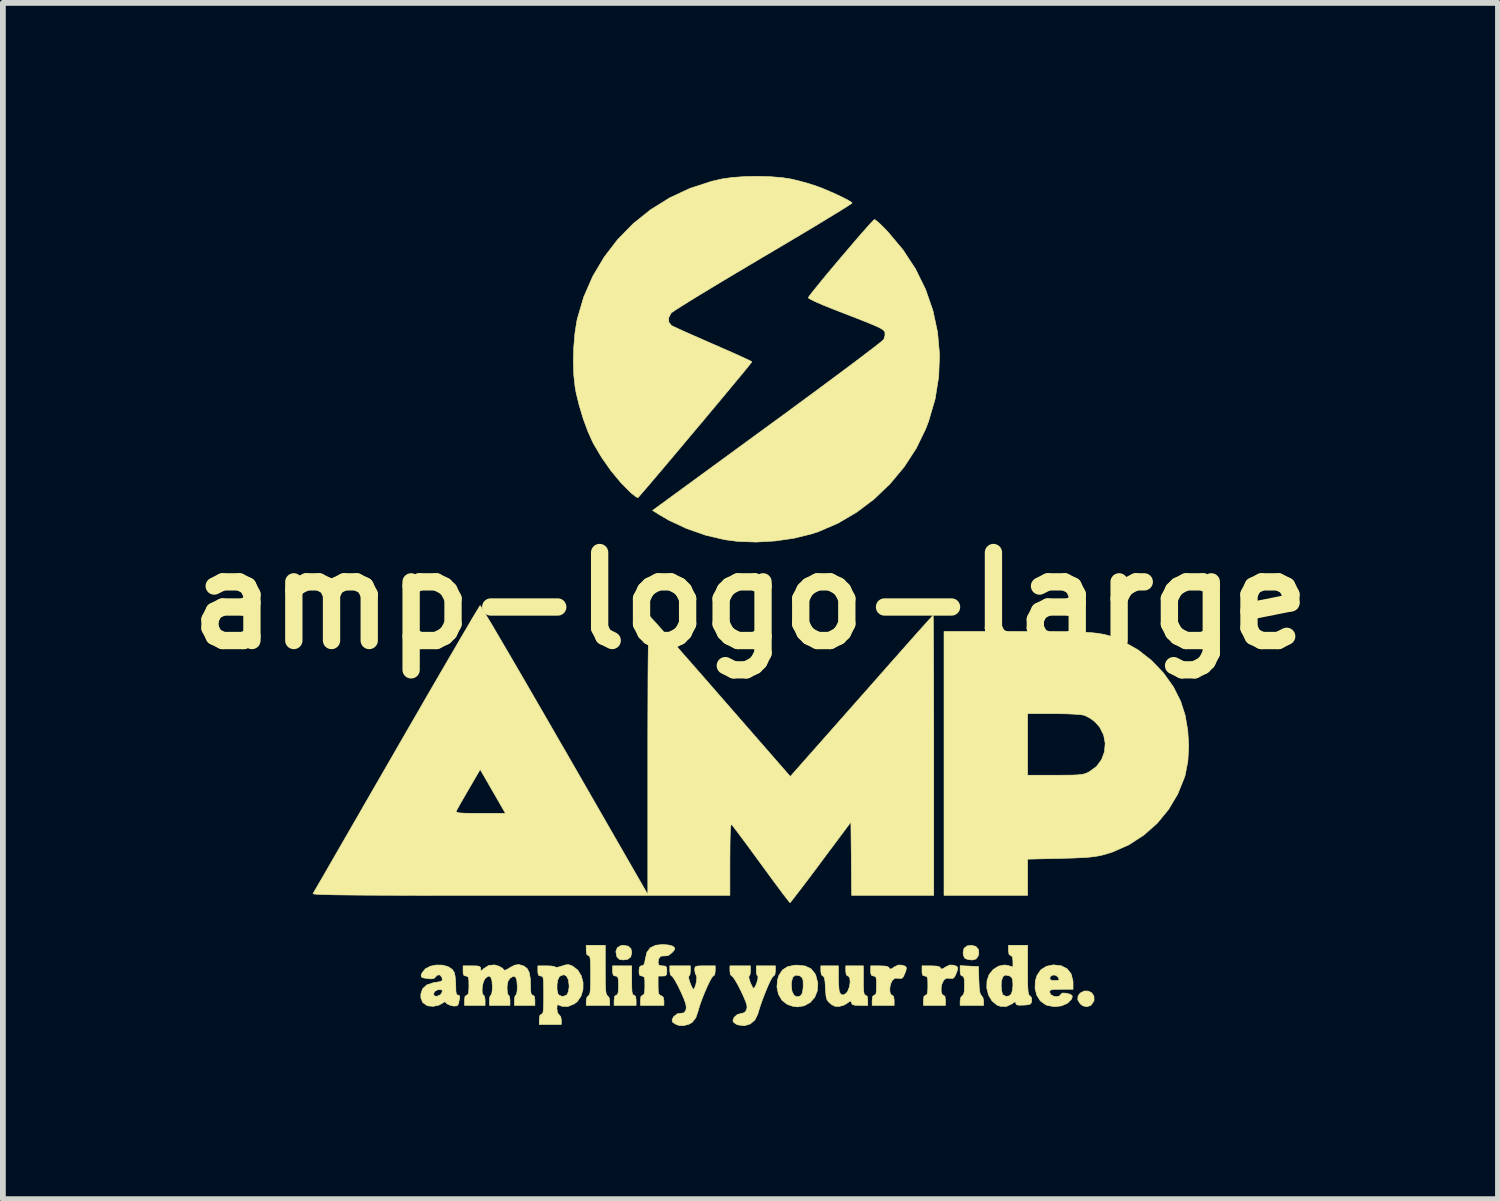
<source format=kicad_pcb>
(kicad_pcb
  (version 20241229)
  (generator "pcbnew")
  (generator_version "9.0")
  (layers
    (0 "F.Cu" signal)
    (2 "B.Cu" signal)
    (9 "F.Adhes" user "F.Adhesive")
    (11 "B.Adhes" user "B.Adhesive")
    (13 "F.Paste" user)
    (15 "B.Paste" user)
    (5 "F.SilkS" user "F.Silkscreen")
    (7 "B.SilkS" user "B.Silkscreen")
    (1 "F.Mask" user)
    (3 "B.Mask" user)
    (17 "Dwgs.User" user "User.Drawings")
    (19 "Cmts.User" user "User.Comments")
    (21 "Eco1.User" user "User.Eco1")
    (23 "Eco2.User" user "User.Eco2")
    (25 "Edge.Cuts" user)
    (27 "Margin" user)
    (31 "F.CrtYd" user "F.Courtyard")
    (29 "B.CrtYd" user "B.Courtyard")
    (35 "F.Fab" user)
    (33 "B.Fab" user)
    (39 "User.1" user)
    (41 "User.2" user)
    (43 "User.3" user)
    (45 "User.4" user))
  (footprint "amp-logo-large"
    (layer "F.Cu")
    (at 9.95 7.356)
    (property "Reference" "amp-logo-large" (at 0 0 0) (layer "F.SilkS") (effects (font (size 1.524 1.524) (thickness 0.3))))
    (attr through_hole)
    (fp_poly (pts (xy -2.117 5.984) (xy -2.07 6.029) (xy -2.057 6.096) (xy -2.074 6.171) (xy -2.126 6.212) (xy -2.203 6.223) (xy -2.27 6.213) (xy -2.309 6.174) (xy -2.316 6.16) (xy -2.332 6.078) (xy -2.307 6.012) (xy -2.245 5.974) (xy -2.203 5.969) (xy -2.117 5.984)) (stroke (width 0.01) (type solid)) (fill yes) (layer "F.SilkS"))
    (fp_poly (pts (xy 5.852 6.762) (xy 5.913 6.794) (xy 5.95 6.85) (xy 5.952 6.923) (xy 5.946 6.94) (xy 5.899 7.008) (xy 5.831 7.034) (xy 5.757 7.017) (xy 5.715 6.985) (xy 5.67 6.915) (xy 5.675 6.846) (xy 5.711 6.798) (xy 5.781 6.761) (xy 5.852 6.762)) (stroke (width 0.01) (type solid)) (fill yes) (layer "F.SilkS"))
    (fp_poly (pts (xy 3.905 5.989) (xy 3.95 6.042) (xy 3.956 6.117) (xy 3.942 6.16) (xy 3.906 6.206) (xy 3.848 6.223) (xy 3.828 6.223) (xy 3.761 6.214) (xy 3.714 6.193) (xy 3.713 6.193) (xy 3.69 6.145) (xy 3.683 6.096) (xy 3.7 6.021) (xy 3.752 5.98) (xy 3.828 5.969) (xy 3.905 5.989)) (stroke (width 0.01) (type solid)) (fill yes) (layer "F.SilkS"))
    (fp_poly (pts (xy 3.791 6.33) (xy 3.95 6.337) (xy 3.957 6.578) (xy 3.963 6.702) (xy 3.973 6.782) (xy 3.989 6.827) (xy 4.002 6.84) (xy 4.028 6.878) (xy 4.039 6.935) (xy 4.039 7.01) (xy 3.632 7.01) (xy 3.632 6.933) (xy 3.644 6.871) (xy 3.67 6.842) (xy 3.693 6.818) (xy 3.705 6.762) (xy 3.708 6.665) (xy 3.708 6.665) (xy 3.706 6.573) (xy 3.696 6.522) (xy 3.678 6.503) (xy 3.67 6.502) (xy 3.642 6.483) (xy 3.632 6.422) (xy 3.632 6.412) (xy 3.632 6.322) (xy 3.791 6.33)) (stroke (width 0.01) (type solid)) (fill yes) (layer "F.SilkS"))
    (fp_poly (pts (xy -2.057 6.579) (xy -2.056 6.697) (xy -2.052 6.773) (xy -2.042 6.815) (xy -2.027 6.831) (xy -2.019 6.833) (xy -1.991 6.852) (xy -1.981 6.913) (xy -1.981 6.921) (xy -1.981 7.01) (xy -2.362 7.01) (xy -2.362 6.921) (xy -2.354 6.856) (xy -2.328 6.833) (xy -2.324 6.833) (xy -2.303 6.822) (xy -2.291 6.782) (xy -2.286 6.705) (xy -2.286 6.668) (xy -2.288 6.578) (xy -2.295 6.528) (xy -2.311 6.507) (xy -2.337 6.502) (xy -2.372 6.492) (xy -2.386 6.454) (xy -2.388 6.413) (xy -2.388 6.325) (xy -2.057 6.325) (xy -2.057 6.579)) (stroke (width 0.01) (type solid)) (fill yes) (layer "F.SilkS"))
    (fp_poly (pts (xy -2.515 6.398) (xy -2.514 6.559) (xy -2.512 6.676) (xy -2.507 6.756) (xy -2.499 6.806) (xy -2.488 6.833) (xy -2.477 6.842) (xy -2.448 6.877) (xy -2.438 6.933) (xy -2.438 7.01) (xy -2.845 7.01) (xy -2.845 6.933) (xy -2.833 6.871) (xy -2.807 6.842) (xy -2.791 6.827) (xy -2.78 6.793) (xy -2.773 6.731) (xy -2.77 6.634) (xy -2.769 6.494) (xy -2.769 6.487) (xy -2.769 6.347) (xy -2.772 6.251) (xy -2.778 6.19) (xy -2.788 6.158) (xy -2.803 6.147) (xy -2.807 6.147) (xy -2.835 6.128) (xy -2.845 6.066) (xy -2.845 6.058) (xy -2.845 5.969) (xy -2.515 5.969) (xy -2.515 6.398)) (stroke (width 0.01) (type solid)) (fill yes) (layer "F.SilkS"))
    (fp_poly (pts (xy 0.949 6.328) (xy 1.049 6.376) (xy 1.117 6.459) (xy 1.132 6.491) (xy 1.167 6.627) (xy 1.159 6.756) (xy 1.114 6.869) (xy 1.036 6.959) (xy 0.93 7.017) (xy 0.813 7.036) (xy 0.728 7.024) (xy 0.641 6.994) (xy 0.635 6.991) (xy 0.545 6.92) (xy 0.485 6.817) (xy 0.459 6.694) (xy 0.461 6.665) (xy 0.707 6.665) (xy 0.719 6.764) (xy 0.752 6.831) (xy 0.8 6.862) (xy 0.856 6.85) (xy 0.884 6.828) (xy 0.901 6.786) (xy 0.912 6.714) (xy 0.914 6.662) (xy 0.912 6.581) (xy 0.899 6.535) (xy 0.871 6.508) (xy 0.85 6.497) (xy 0.783 6.485) (xy 0.736 6.519) (xy 0.711 6.597) (xy 0.707 6.665) (xy 0.461 6.665) (xy 0.47 6.563) (xy 0.493 6.491) (xy 0.554 6.397) (xy 0.644 6.339) (xy 0.768 6.314) (xy 0.813 6.313) (xy 0.949 6.328)) (stroke (width 0.01) (type solid)) (fill yes) (layer "F.SilkS"))
    (fp_poly (pts (xy 2.625 6.313) (xy 2.68 6.331) (xy 2.702 6.358) (xy 2.693 6.408) (xy 2.674 6.459) (xy 2.645 6.52) (xy 2.616 6.544) (xy 2.571 6.542) (xy 2.565 6.54) (xy 2.503 6.539) (xy 2.458 6.576) (xy 2.454 6.583) (xy 2.426 6.643) (xy 2.414 6.714) (xy 2.416 6.78) (xy 2.433 6.823) (xy 2.451 6.833) (xy 2.479 6.852) (xy 2.489 6.913) (xy 2.489 6.921) (xy 2.489 7.01) (xy 2.108 7.01) (xy 2.108 6.921) (xy 2.116 6.856) (xy 2.143 6.833) (xy 2.146 6.833) (xy 2.168 6.822) (xy 2.18 6.782) (xy 2.184 6.705) (xy 2.184 6.668) (xy 2.183 6.578) (xy 2.176 6.528) (xy 2.16 6.507) (xy 2.134 6.502) (xy 2.099 6.492) (xy 2.084 6.454) (xy 2.083 6.413) (xy 2.083 6.325) (xy 2.236 6.325) (xy 2.332 6.329) (xy 2.386 6.343) (xy 2.403 6.362) (xy 2.42 6.382) (xy 2.452 6.372) (xy 2.487 6.347) (xy 2.562 6.311) (xy 2.625 6.313)) (stroke (width 0.01) (type solid)) (fill yes) (layer "F.SilkS"))
    (fp_poly (pts (xy 3.514 6.313) (xy 3.569 6.331) (xy 3.591 6.358) (xy 3.582 6.408) (xy 3.563 6.459) (xy 3.534 6.52) (xy 3.505 6.544) (xy 3.46 6.542) (xy 3.454 6.54) (xy 3.392 6.539) (xy 3.347 6.576) (xy 3.343 6.583) (xy 3.315 6.643) (xy 3.303 6.714) (xy 3.305 6.78) (xy 3.322 6.823) (xy 3.34 6.833) (xy 3.368 6.852) (xy 3.378 6.913) (xy 3.378 6.921) (xy 3.378 7.01) (xy 2.997 7.01) (xy 2.997 6.921) (xy 3.005 6.856) (xy 3.032 6.833) (xy 3.035 6.833) (xy 3.057 6.822) (xy 3.069 6.782) (xy 3.073 6.705) (xy 3.073 6.668) (xy 3.072 6.578) (xy 3.065 6.528) (xy 3.049 6.507) (xy 3.023 6.502) (xy 2.988 6.492) (xy 2.973 6.454) (xy 2.972 6.413) (xy 2.972 6.325) (xy 3.125 6.325) (xy 3.221 6.329) (xy 3.275 6.343) (xy 3.292 6.362) (xy 3.309 6.382) (xy 3.341 6.372) (xy 3.376 6.347) (xy 3.451 6.311) (xy 3.514 6.313)) (stroke (width 0.01) (type solid)) (fill yes) (layer "F.SilkS"))
    (fp_poly (pts (xy 5.383 6.324) (xy 5.384 6.324) (xy 5.486 6.376) (xy 5.554 6.463) (xy 5.586 6.582) (xy 5.588 6.623) (xy 5.588 6.731) (xy 5.385 6.731) (xy 5.283 6.732) (xy 5.222 6.737) (xy 5.192 6.749) (xy 5.182 6.769) (xy 5.182 6.779) (xy 5.202 6.824) (xy 5.252 6.852) (xy 5.311 6.86) (xy 5.36 6.843) (xy 5.375 6.821) (xy 5.404 6.796) (xy 5.468 6.799) (xy 5.47 6.799) (xy 5.546 6.82) (xy 5.576 6.848) (xy 5.567 6.891) (xy 5.559 6.906) (xy 5.487 6.976) (xy 5.385 7.019) (xy 5.266 7.032) (xy 5.146 7.011) (xy 5.112 6.998) (xy 5.022 6.933) (xy 4.96 6.835) (xy 4.93 6.716) (xy 4.935 6.586) (xy 4.951 6.534) (xy 5.186 6.534) (xy 5.191 6.564) (xy 5.227 6.577) (xy 5.27 6.579) (xy 5.329 6.576) (xy 5.347 6.562) (xy 5.335 6.53) (xy 5.333 6.526) (xy 5.292 6.489) (xy 5.24 6.483) (xy 5.198 6.508) (xy 5.186 6.534) (xy 4.951 6.534) (xy 4.964 6.491) (xy 5.029 6.395) (xy 5.127 6.333) (xy 5.248 6.308) (xy 5.383 6.324)) (stroke (width 0.01) (type solid)) (fill yes) (layer "F.SilkS"))
    (fp_poly (pts (xy 1.524 6.521) (xy 1.526 6.624) (xy 1.532 6.713) (xy 1.539 6.771) (xy 1.54 6.775) (xy 1.57 6.823) (xy 1.615 6.829) (xy 1.664 6.795) (xy 1.688 6.758) (xy 1.716 6.684) (xy 1.727 6.607) (xy 1.722 6.543) (xy 1.702 6.506) (xy 1.689 6.502) (xy 1.661 6.483) (xy 1.651 6.422) (xy 1.651 6.413) (xy 1.651 6.325) (xy 1.956 6.325) (xy 1.956 6.579) (xy 1.957 6.697) (xy 1.962 6.773) (xy 1.971 6.815) (xy 1.986 6.831) (xy 1.994 6.833) (xy 2.022 6.852) (xy 2.032 6.913) (xy 2.032 6.921) (xy 2.032 7.01) (xy 1.892 7.01) (xy 1.808 7.007) (xy 1.765 6.995) (xy 1.753 6.972) (xy 1.742 6.938) (xy 1.709 6.946) (xy 1.675 6.973) (xy 1.62 7.005) (xy 1.547 7.026) (xy 1.544 7.027) (xy 1.471 7.028) (xy 1.409 6.998) (xy 1.383 6.977) (xy 1.345 6.941) (xy 1.322 6.903) (xy 1.309 6.849) (xy 1.302 6.764) (xy 1.299 6.708) (xy 1.292 6.6) (xy 1.281 6.535) (xy 1.265 6.506) (xy 1.255 6.502) (xy 1.228 6.479) (xy 1.219 6.413) (xy 1.219 6.325) (xy 1.524 6.325) (xy 1.524 6.521)) (stroke (width 0.01) (type solid)) (fill yes) (layer "F.SilkS"))
    (fp_poly (pts (xy 0 6.413) (xy -0.006 6.472) (xy -0.021 6.502) (xy -0.024 6.502) (xy -0.029 6.522) (xy -0.018 6.571) (xy 0.004 6.631) (xy 0.031 6.686) (xy 0.05 6.714) (xy 0.069 6.705) (xy 0.094 6.659) (xy 0.11 6.619) (xy 0.128 6.552) (xy 0.131 6.51) (xy 0.125 6.502) (xy 0.11 6.48) (xy 0.102 6.425) (xy 0.102 6.413) (xy 0.102 6.325) (xy 0.432 6.325) (xy 0.432 6.413) (xy 0.423 6.48) (xy 0.398 6.502) (xy 0.377 6.525) (xy 0.343 6.586) (xy 0.302 6.676) (xy 0.257 6.785) (xy 0.211 6.903) (xy 0.169 7.022) (xy 0.135 7.131) (xy 0.128 7.158) (xy 0.078 7.261) (xy -0.003 7.331) (xy -0.103 7.362) (xy -0.212 7.349) (xy -0.248 7.335) (xy -0.291 7.303) (xy -0.305 7.278) (xy -0.283 7.217) (xy -0.228 7.169) (xy -0.161 7.15) (xy -0.102 7.136) (xy -0.068 7.086) (xy -0.067 7.082) (xy -0.059 7.045) (xy -0.064 6.999) (xy -0.086 6.934) (xy -0.126 6.841) (xy -0.165 6.759) (xy -0.217 6.656) (xy -0.265 6.573) (xy -0.302 6.519) (xy -0.322 6.502) (xy -0.347 6.479) (xy -0.356 6.413) (xy -0.356 6.325) (xy 0 6.325) (xy 0 6.413)) (stroke (width 0.01) (type solid)) (fill yes) (layer "F.SilkS"))
    (fp_poly (pts (xy -1.426 5.963) (xy -1.354 5.981) (xy -1.336 5.992) (xy -1.311 6.019) (xy -1.316 6.046) (xy -1.353 6.09) (xy -1.359 6.096) (xy -1.421 6.145) (xy -1.482 6.154) (xy -1.49 6.152) (xy -1.555 6.158) (xy -1.591 6.206) (xy -1.6 6.267) (xy -1.59 6.309) (xy -1.552 6.324) (xy -1.524 6.325) (xy -1.473 6.33) (xy -1.452 6.355) (xy -1.448 6.413) (xy -1.452 6.473) (xy -1.474 6.498) (xy -1.524 6.502) (xy -1.6 6.502) (xy -1.6 6.665) (xy -1.598 6.754) (xy -1.59 6.806) (xy -1.571 6.831) (xy -1.549 6.84) (xy -1.511 6.867) (xy -1.499 6.929) (xy -1.499 6.932) (xy -1.499 7.01) (xy -1.905 7.01) (xy -1.905 6.921) (xy -1.897 6.856) (xy -1.87 6.833) (xy -1.867 6.833) (xy -1.846 6.822) (xy -1.834 6.782) (xy -1.829 6.705) (xy -1.829 6.668) (xy -1.83 6.578) (xy -1.837 6.528) (xy -1.853 6.507) (xy -1.88 6.502) (xy -1.915 6.492) (xy -1.929 6.454) (xy -1.93 6.413) (xy -1.924 6.352) (xy -1.902 6.327) (xy -1.883 6.325) (xy -1.852 6.314) (xy -1.833 6.273) (xy -1.822 6.207) (xy -1.793 6.09) (xy -1.733 6.011) (xy -1.64 5.968) (xy -1.527 5.956) (xy -1.426 5.963)) (stroke (width 0.01) (type solid)) (fill yes) (layer "F.SilkS"))
    (fp_poly (pts (xy -1.041 6.413) (xy -1.047 6.472) (xy -1.062 6.502) (xy -1.066 6.502) (xy -1.072 6.523) (xy -1.061 6.577) (xy -1.047 6.617) (xy -1.02 6.683) (xy -0.997 6.725) (xy -0.989 6.731) (xy -0.968 6.709) (xy -0.948 6.655) (xy -0.934 6.588) (xy -0.929 6.528) (xy -0.938 6.494) (xy -0.958 6.45) (xy -0.965 6.396) (xy -0.963 6.359) (xy -0.95 6.337) (xy -0.915 6.328) (xy -0.847 6.325) (xy -0.787 6.325) (xy -0.61 6.325) (xy -0.61 6.413) (xy -0.619 6.481) (xy -0.645 6.502) (xy -0.667 6.525) (xy -0.701 6.584) (xy -0.743 6.67) (xy -0.788 6.773) (xy -0.832 6.881) (xy -0.87 6.985) (xy -0.898 7.073) (xy -0.904 7.099) (xy -0.947 7.224) (xy -1.01 7.305) (xy -1.07 7.338) (xy -1.162 7.361) (xy -1.239 7.357) (xy -1.286 7.341) (xy -1.346 7.304) (xy -1.358 7.258) (xy -1.329 7.204) (xy -1.265 7.155) (xy -1.209 7.147) (xy -1.152 7.14) (xy -1.123 7.101) (xy -1.116 7.08) (xy -1.112 7.037) (xy -1.122 6.98) (xy -1.151 6.899) (xy -1.201 6.785) (xy -1.214 6.756) (xy -1.264 6.654) (xy -1.31 6.571) (xy -1.346 6.518) (xy -1.364 6.502) (xy -1.388 6.479) (xy -1.397 6.414) (xy -1.397 6.413) (xy -1.397 6.325) (xy -1.041 6.325) (xy -1.041 6.413)) (stroke (width 0.01) (type solid)) (fill yes) (layer "F.SilkS"))
    (fp_poly (pts (xy 4.801 6.398) (xy 4.801 6.558) (xy 4.803 6.674) (xy 4.808 6.754) (xy 4.815 6.804) (xy 4.826 6.831) (xy 4.84 6.842) (xy 4.87 6.879) (xy 4.872 6.928) (xy 4.863 6.969) (xy 4.84 6.991) (xy 4.789 7.001) (xy 4.731 7.005) (xy 4.651 7.007) (xy 4.611 6.999) (xy 4.598 6.978) (xy 4.597 6.972) (xy 4.592 6.948) (xy 4.567 6.956) (xy 4.53 6.983) (xy 4.434 7.029) (xy 4.329 7.026) (xy 4.27 7.004) (xy 4.184 6.933) (xy 4.124 6.831) (xy 4.094 6.711) (xy 4.095 6.666) (xy 4.343 6.666) (xy 4.349 6.747) (xy 4.363 6.808) (xy 4.374 6.828) (xy 4.432 6.856) (xy 4.49 6.843) (xy 4.52 6.809) (xy 4.537 6.754) (xy 4.546 6.674) (xy 4.547 6.643) (xy 4.542 6.568) (xy 4.525 6.525) (xy 4.486 6.499) (xy 4.484 6.498) (xy 4.417 6.484) (xy 4.372 6.513) (xy 4.348 6.587) (xy 4.343 6.666) (xy 4.095 6.666) (xy 4.097 6.586) (xy 4.134 6.477) (xy 4.206 6.388) (xy 4.299 6.33) (xy 4.401 6.31) (xy 4.46 6.319) (xy 4.547 6.345) (xy 4.547 6.246) (xy 4.54 6.176) (xy 4.518 6.148) (xy 4.508 6.147) (xy 4.48 6.128) (xy 4.47 6.066) (xy 4.47 6.058) (xy 4.47 5.969) (xy 4.801 5.969) (xy 4.801 6.398)) (stroke (width 0.01) (type solid)) (fill yes) (layer "F.SilkS"))
    (fp_poly (pts (xy -5.338 6.312) (xy -5.24 6.338) (xy -5.165 6.387) (xy -5.131 6.439) (xy -5.117 6.5) (xy -5.108 6.59) (xy -5.105 6.669) (xy -5.103 6.76) (xy -5.095 6.81) (xy -5.077 6.831) (xy -5.064 6.833) (xy -5.036 6.846) (xy -5.039 6.89) (xy -5.051 6.947) (xy -5.054 6.976) (xy -5.075 7.01) (xy -5.092 7.019) (xy -5.14 7.022) (xy -5.202 7.008) (xy -5.256 6.983) (xy -5.283 6.956) (xy -5.283 6.953) (xy -5.298 6.947) (xy -5.331 6.969) (xy -5.403 7.008) (xy -5.496 7.026) (xy -5.584 7.019) (xy -5.602 7.013) (xy -5.676 6.961) (xy -5.709 6.883) (xy -5.71 6.818) (xy -5.707 6.806) (xy -5.489 6.806) (xy -5.481 6.841) (xy -5.443 6.854) (xy -5.432 6.853) (xy -5.375 6.828) (xy -5.35 6.802) (xy -5.335 6.755) (xy -5.362 6.735) (xy -5.422 6.741) (xy -5.469 6.768) (xy -5.489 6.806) (xy -5.707 6.806) (xy -5.68 6.723) (xy -5.607 6.656) (xy -5.492 6.617) (xy -5.451 6.611) (xy -5.376 6.599) (xy -5.341 6.581) (xy -5.339 6.548) (xy -5.349 6.517) (xy -5.383 6.481) (xy -5.427 6.487) (xy -5.457 6.519) (xy -5.485 6.545) (xy -5.538 6.551) (xy -5.587 6.546) (xy -5.665 6.534) (xy -5.701 6.518) (xy -5.705 6.489) (xy -5.688 6.445) (xy -5.632 6.377) (xy -5.547 6.332) (xy -5.444 6.311) (xy -5.338 6.312)) (stroke (width 0.01) (type solid)) (fill yes) (layer "F.SilkS"))
    (fp_poly (pts (xy -3.089 6.326) (xy -3.086 6.327) (xy -2.993 6.397) (xy -2.931 6.497) (xy -2.9 6.613) (xy -2.901 6.734) (xy -2.934 6.848) (xy -3 6.944) (xy -3.053 6.984) (xy -3.163 7.03) (xy -3.264 7.026) (xy -3.304 7.01) (xy -3.337 6.997) (xy -3.35 7.016) (xy -3.353 7.07) (xy -3.342 7.14) (xy -3.315 7.172) (xy -3.286 7.207) (xy -3.277 7.264) (xy -3.277 7.341) (xy -3.658 7.341) (xy -3.658 7.252) (xy -3.649 7.186) (xy -3.623 7.163) (xy -3.619 7.163) (xy -3.604 7.155) (xy -3.593 7.128) (xy -3.586 7.074) (xy -3.583 6.985) (xy -3.581 6.854) (xy -3.581 6.833) (xy -3.582 6.732) (xy -3.351 6.732) (xy -3.338 6.801) (xy -3.322 6.828) (xy -3.263 6.856) (xy -3.2 6.841) (xy -3.174 6.819) (xy -3.153 6.77) (xy -3.142 6.695) (xy -3.141 6.668) (xy -3.153 6.568) (xy -3.186 6.503) (xy -3.233 6.478) (xy -3.29 6.498) (xy -3.313 6.517) (xy -3.338 6.569) (xy -3.351 6.647) (xy -3.351 6.732) (xy -3.582 6.732) (xy -3.582 6.698) (xy -3.584 6.606) (xy -3.589 6.548) (xy -3.598 6.517) (xy -3.613 6.505) (xy -3.632 6.502) (xy -3.667 6.492) (xy -3.681 6.454) (xy -3.683 6.413) (xy -3.683 6.325) (xy -3.531 6.325) (xy -3.45 6.328) (xy -3.395 6.337) (xy -3.378 6.347) (xy -3.357 6.352) (xy -3.304 6.341) (xy -3.27 6.33) (xy -3.195 6.307) (xy -3.143 6.306) (xy -3.089 6.326)) (stroke (width 0.01) (type solid)) (fill yes) (layer "F.SilkS"))
    (fp_poly (pts (xy 4.935 0.534) (xy 5.199 0.534) (xy 5.423 0.536) (xy 5.61 0.54) (xy 5.767 0.545) (xy 5.897 0.553) (xy 6.006 0.564) (xy 6.098 0.579) (xy 6.179 0.597) (xy 6.254 0.62) (xy 6.326 0.648) (xy 6.402 0.681) (xy 6.464 0.71) (xy 6.717 0.854) (xy 6.95 1.037) (xy 7.156 1.253) (xy 7.327 1.493) (xy 7.452 1.741) (xy 7.529 1.981) (xy 7.575 2.244) (xy 7.592 2.514) (xy 7.577 2.778) (xy 7.531 3.019) (xy 7.518 3.061) (xy 7.401 3.351) (xy 7.242 3.617) (xy 7.046 3.855) (xy 6.816 4.059) (xy 6.557 4.227) (xy 6.273 4.353) (xy 6.124 4.399) (xy 6.047 4.417) (xy 5.962 4.432) (xy 5.863 4.443) (xy 5.739 4.451) (xy 5.583 4.458) (xy 5.385 4.463) (xy 5.366 4.464) (xy 4.801 4.477) (xy 4.801 5.105) (xy 3.353 5.105) (xy 3.353 3.023) (xy 4.801 3.023) (xy 5.279 3.023) (xy 5.448 3.022) (xy 5.574 3.021) (xy 5.667 3.017) (xy 5.734 3.01) (xy 5.784 3) (xy 5.826 2.985) (xy 5.868 2.964) (xy 5.87 2.963) (xy 5.994 2.872) (xy 6.082 2.753) (xy 6.133 2.616) (xy 6.145 2.47) (xy 6.118 2.325) (xy 6.05 2.19) (xy 5.969 2.099) (xy 5.891 2.04) (xy 5.806 1.995) (xy 5.774 1.983) (xy 5.716 1.974) (xy 5.619 1.966) (xy 5.492 1.96) (xy 5.347 1.957) (xy 5.239 1.956) (xy 4.801 1.956) (xy 4.801 3.023) (xy 3.353 3.023) (xy 3.353 0.533) (xy 4.624 0.533) (xy 4.935 0.534)) (stroke (width 0.01) (type solid)) (fill yes) (layer "F.SilkS"))
    (fp_poly (pts (xy 2.177 -6.586) (xy 2.232 -6.539) (xy 2.305 -6.469) (xy 2.378 -6.393) (xy 2.641 -6.08) (xy 2.86 -5.746) (xy 3.033 -5.394) (xy 3.16 -5.029) (xy 3.241 -4.652) (xy 3.275 -4.269) (xy 3.261 -3.882) (xy 3.199 -3.495) (xy 3.087 -3.112) (xy 3.037 -2.979) (xy 2.872 -2.64) (xy 2.665 -2.321) (xy 2.421 -2.028) (xy 2.145 -1.763) (xy 1.842 -1.534) (xy 1.517 -1.343) (xy 1.175 -1.195) (xy 1.054 -1.156) (xy 0.751 -1.082) (xy 0.428 -1.035) (xy 0.1 -1.016) (xy -0.216 -1.027) (xy -0.445 -1.057) (xy -0.78 -1.136) (xy -1.108 -1.251) (xy -1.414 -1.394) (xy -1.578 -1.49) (xy -1.695 -1.564) (xy 0.289 -3.014) (xy 0.572 -3.22) (xy 0.843 -3.42) (xy 1.1 -3.609) (xy 1.34 -3.787) (xy 1.561 -3.951) (xy 1.758 -4.098) (xy 1.93 -4.228) (xy 2.073 -4.337) (xy 2.185 -4.423) (xy 2.263 -4.485) (xy 2.304 -4.52) (xy 2.309 -4.525) (xy 2.331 -4.597) (xy 2.329 -4.65) (xy 2.32 -4.67) (xy 2.298 -4.691) (xy 2.26 -4.716) (xy 2.2 -4.746) (xy 2.112 -4.784) (xy 1.992 -4.833) (xy 1.834 -4.896) (xy 1.652 -4.966) (xy 1.434 -5.051) (xy 1.259 -5.121) (xy 1.129 -5.178) (xy 1.043 -5.219) (xy 1.004 -5.244) (xy 1.002 -5.25) (xy 1.023 -5.282) (xy 1.071 -5.345) (xy 1.143 -5.434) (xy 1.233 -5.545) (xy 1.337 -5.671) (xy 1.451 -5.807) (xy 1.57 -5.948) (xy 1.689 -6.087) (xy 1.803 -6.221) (xy 1.908 -6.343) (xy 2 -6.447) (xy 2.073 -6.529) (xy 2.124 -6.583) (xy 2.147 -6.604) (xy 2.148 -6.604) (xy 2.177 -6.586)) (stroke (width 0.01) (type solid)) (fill yes) (layer "F.SilkS"))
    (fp_poly (pts (xy -3.935 6.325) (xy -3.928 6.327) (xy -3.87 6.37) (xy -3.833 6.439) (xy -3.814 6.544) (xy -3.81 6.656) (xy -3.808 6.752) (xy -3.8 6.807) (xy -3.784 6.83) (xy -3.772 6.833) (xy -3.744 6.852) (xy -3.734 6.913) (xy -3.734 6.921) (xy -3.734 7.01) (xy -4.089 7.01) (xy -4.089 6.921) (xy -4.083 6.863) (xy -4.067 6.833) (xy -4.064 6.833) (xy -4.05 6.809) (xy -4.041 6.749) (xy -4.039 6.679) (xy -4.047 6.574) (xy -4.071 6.516) (xy -4.111 6.506) (xy -4.167 6.541) (xy -4.201 6.593) (xy -4.215 6.672) (xy -4.216 6.71) (xy -4.212 6.781) (xy -4.2 6.825) (xy -4.191 6.833) (xy -4.174 6.855) (xy -4.166 6.91) (xy -4.166 6.921) (xy -4.166 7.01) (xy -4.521 7.01) (xy -4.521 6.921) (xy -4.515 6.863) (xy -4.499 6.833) (xy -4.496 6.833) (xy -4.482 6.809) (xy -4.473 6.749) (xy -4.47 6.679) (xy -4.479 6.575) (xy -4.502 6.515) (xy -4.539 6.502) (xy -4.588 6.537) (xy -4.601 6.552) (xy -4.626 6.602) (xy -4.643 6.672) (xy -4.649 6.744) (xy -4.645 6.803) (xy -4.627 6.832) (xy -4.623 6.833) (xy -4.606 6.855) (xy -4.598 6.91) (xy -4.597 6.921) (xy -4.597 7.01) (xy -4.953 7.01) (xy -4.953 6.921) (xy -4.945 6.856) (xy -4.918 6.833) (xy -4.915 6.833) (xy -4.894 6.822) (xy -4.882 6.782) (xy -4.877 6.705) (xy -4.877 6.668) (xy -4.878 6.578) (xy -4.885 6.528) (xy -4.901 6.507) (xy -4.928 6.502) (xy -4.963 6.492) (xy -4.977 6.454) (xy -4.978 6.413) (xy -4.978 6.325) (xy -4.826 6.325) (xy -4.741 6.326) (xy -4.695 6.335) (xy -4.676 6.353) (xy -4.674 6.375) (xy -4.671 6.41) (xy -4.657 6.408) (xy -4.623 6.376) (xy -4.534 6.318) (xy -4.432 6.309) (xy -4.353 6.333) (xy -4.297 6.366) (xy -4.268 6.395) (xy -4.267 6.4) (xy -4.249 6.402) (xy -4.203 6.38) (xy -4.175 6.362) (xy -4.088 6.314) (xy -4.014 6.302) (xy -3.935 6.325)) (stroke (width 0.01) (type solid)) (fill yes) (layer "F.SilkS"))
    (fp_poly (pts (xy 0.351 -7.345) (xy 0.556 -7.328) (xy 0.693 -7.307) (xy 0.829 -7.275) (xy 0.981 -7.234) (xy 1.121 -7.19) (xy 1.137 -7.184) (xy 1.245 -7.144) (xy 1.364 -7.094) (xy 1.483 -7.041) (xy 1.592 -6.989) (xy 1.682 -6.943) (xy 1.742 -6.907) (xy 1.761 -6.89) (xy 1.742 -6.875) (xy 1.682 -6.835) (xy 1.585 -6.774) (xy 1.455 -6.694) (xy 1.295 -6.597) (xy 1.109 -6.484) (xy 0.899 -6.358) (xy 0.669 -6.221) (xy 0.424 -6.076) (xy 0.224 -5.958) (xy -0.034 -5.805) (xy -0.279 -5.659) (xy -0.51 -5.521) (xy -0.72 -5.394) (xy -0.908 -5.28) (xy -1.069 -5.181) (xy -1.2 -5.099) (xy -1.297 -5.037) (xy -1.356 -4.997) (xy -1.374 -4.983) (xy -1.416 -4.902) (xy -1.415 -4.827) (xy -1.371 -4.77) (xy -1.365 -4.766) (xy -1.328 -4.747) (xy -1.25 -4.711) (xy -1.139 -4.66) (xy -1 -4.599) (xy -0.841 -4.529) (xy -0.668 -4.453) (xy -0.642 -4.442) (xy -0.471 -4.367) (xy -0.316 -4.299) (xy -0.183 -4.239) (xy -0.079 -4.191) (xy -0.007 -4.157) (xy 0.024 -4.14) (xy 0.025 -4.139) (xy 0.009 -4.118) (xy -0.036 -4.061) (xy -0.107 -3.974) (xy -0.2 -3.861) (xy -0.313 -3.725) (xy -0.441 -3.571) (xy -0.581 -3.403) (xy -0.73 -3.225) (xy -0.884 -3.041) (xy -1.04 -2.856) (xy -1.194 -2.672) (xy -1.342 -2.496) (xy -1.483 -2.329) (xy -1.611 -2.178) (xy -1.724 -2.045) (xy -1.817 -1.936) (xy -1.889 -1.853) (xy -1.934 -1.801) (xy -1.95 -1.785) (xy -1.978 -1.798) (xy -2.029 -1.836) (xy -2.075 -1.874) (xy -2.246 -2.046) (xy -2.418 -2.254) (xy -2.578 -2.482) (xy -2.716 -2.716) (xy -2.741 -2.765) (xy -2.821 -2.945) (xy -2.898 -3.156) (xy -2.966 -3.381) (xy -3.019 -3.598) (xy -3.037 -3.696) (xy -3.06 -3.904) (xy -3.068 -4.142) (xy -3.061 -4.39) (xy -3.041 -4.632) (xy -3.007 -4.847) (xy -2.999 -4.884) (xy -2.888 -5.262) (xy -2.732 -5.619) (xy -2.535 -5.951) (xy -2.3 -6.257) (xy -2.031 -6.532) (xy -1.73 -6.773) (xy -1.401 -6.978) (xy -1.048 -7.143) (xy -0.672 -7.265) (xy -0.49 -7.307) (xy -0.311 -7.332) (xy -0.1 -7.347) (xy 0.126 -7.351) (xy 0.351 -7.345)) (stroke (width 0.01) (type solid)) (fill yes) (layer "F.SilkS"))
    (fp_poly (pts (xy -4.667 0.105) (xy -4.629 0.167) (xy -4.568 0.268) (xy -4.486 0.404) (xy -4.386 0.574) (xy -4.269 0.774) (xy -4.136 1.001) (xy -3.989 1.253) (xy -3.83 1.527) (xy -3.66 1.821) (xy -3.481 2.13) (xy -3.295 2.454) (xy -3.219 2.584) (xy -1.778 5.09) (xy -1.778 2.67) (xy -1.778 2.3) (xy -1.777 1.951) (xy -1.776 1.626) (xy -1.775 1.329) (xy -1.773 1.062) (xy -1.77 0.828) (xy -1.768 0.63) (xy -1.765 0.471) (xy -1.762 0.354) (xy -1.759 0.282) (xy -1.756 0.258) (xy -1.756 0.258) (xy -1.736 0.278) (xy -1.685 0.334) (xy -1.606 0.421) (xy -1.502 0.538) (xy -1.376 0.681) (xy -1.23 0.847) (xy -1.066 1.034) (xy -0.888 1.237) (xy -0.698 1.454) (xy -0.522 1.656) (xy 0.69 3.045) (xy 1.278 2.38) (xy 1.445 2.191) (xy 1.635 1.976) (xy 1.839 1.745) (xy 2.048 1.509) (xy 2.251 1.279) (xy 2.438 1.066) (xy 2.511 0.984) (xy 2.655 0.821) (xy 2.788 0.671) (xy 2.906 0.538) (xy 3.007 0.426) (xy 3.086 0.338) (xy 3.139 0.28) (xy 3.164 0.255) (xy 3.165 0.254) (xy 3.166 0.279) (xy 3.168 0.351) (xy 3.169 0.467) (xy 3.17 0.623) (xy 3.171 0.817) (xy 3.172 1.043) (xy 3.173 1.3) (xy 3.174 1.583) (xy 3.174 1.889) (xy 3.175 2.214) (xy 3.175 2.555) (xy 3.175 2.68) (xy 3.175 5.105) (xy 1.753 5.105) (xy 1.747 4.47) (xy 1.74 3.834) (xy 1.219 4.532) (xy 1.096 4.697) (xy 0.983 4.847) (xy 0.883 4.979) (xy 0.799 5.088) (xy 0.736 5.17) (xy 0.697 5.219) (xy 0.685 5.231) (xy 0.668 5.212) (xy 0.624 5.156) (xy 0.557 5.069) (xy 0.472 4.954) (xy 0.371 4.818) (xy 0.259 4.665) (xy 0.182 4.56) (xy 0.063 4.397) (xy -0.046 4.248) (xy -0.144 4.117) (xy -0.224 4.009) (xy -0.285 3.929) (xy -0.322 3.883) (xy -0.332 3.873) (xy -0.339 3.892) (xy -0.346 3.959) (xy -0.351 4.069) (xy -0.354 4.219) (xy -0.355 4.406) (xy -0.356 4.482) (xy -0.356 5.105) (xy -3.977 5.105) (xy -4.494 5.105) (xy -4.963 5.105) (xy -5.385 5.105) (xy -5.762 5.104) (xy -6.097 5.103) (xy -6.392 5.102) (xy -6.648 5.101) (xy -6.868 5.099) (xy -7.054 5.097) (xy -7.208 5.095) (xy -7.333 5.092) (xy -7.429 5.089) (xy -7.5 5.086) (xy -7.546 5.082) (xy -7.572 5.078) (xy -7.578 5.074) (xy -7.563 5.048) (xy -7.524 4.981) (xy -7.463 4.876) (xy -7.381 4.735) (xy -7.281 4.561) (xy -7.164 4.358) (xy -7.031 4.127) (xy -6.884 3.872) (xy -6.754 3.647) (xy -5.097 3.647) (xy -5.095 3.66) (xy -5.073 3.67) (xy -5.025 3.677) (xy -4.945 3.681) (xy -4.826 3.683) (xy -4.678 3.683) (xy -4.244 3.683) (xy -4.463 3.303) (xy -4.682 2.923) (xy -4.882 3.267) (xy -4.952 3.388) (xy -5.014 3.495) (xy -5.061 3.579) (xy -5.09 3.633) (xy -5.097 3.647) (xy -6.754 3.647) (xy -6.725 3.596) (xy -6.555 3.301) (xy -6.376 2.991) (xy -6.189 2.667) (xy -6.131 2.566) (xy -5.943 2.24) (xy -5.761 1.926) (xy -5.589 1.627) (xy -5.426 1.347) (xy -5.275 1.087) (xy -5.137 0.851) (xy -5.015 0.641) (xy -4.909 0.461) (xy -4.822 0.312) (xy -4.754 0.199) (xy -4.708 0.123) (xy -4.685 0.087) (xy -4.683 0.084) (xy -4.667 0.105)) (stroke (width 0.01) (type solid)) (fill yes) (layer "F.SilkS")))
  (gr_rect
    (start -3 -3)
    (end 22.899 17.723)
    (stroke (width 0.1) (type default))
    (fill no)
    (layer "Edge.Cuts")))
</source>
